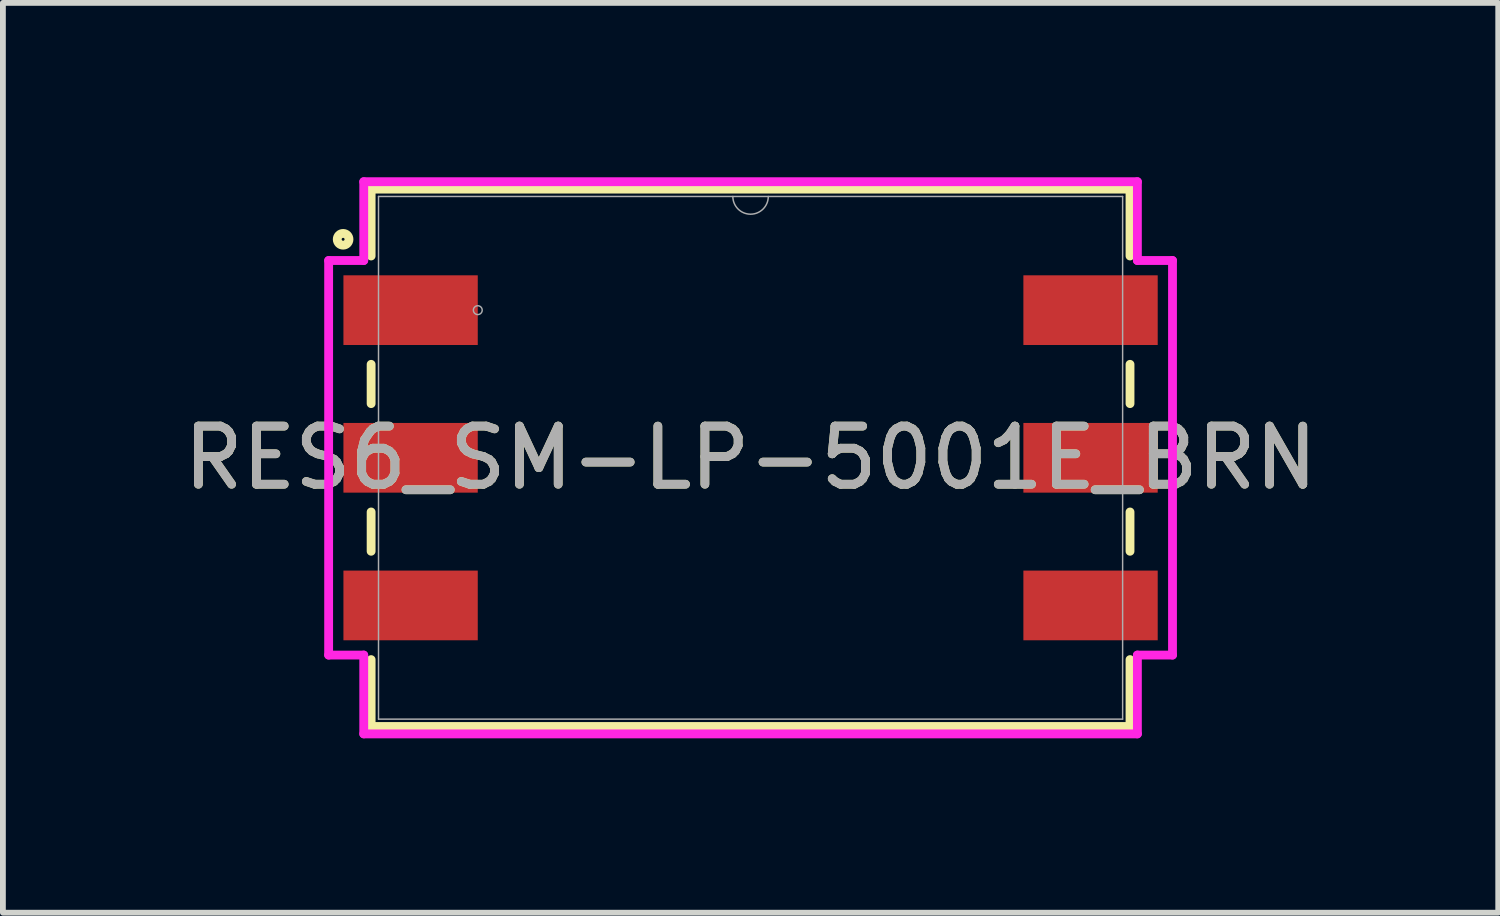
<source format=kicad_pcb>
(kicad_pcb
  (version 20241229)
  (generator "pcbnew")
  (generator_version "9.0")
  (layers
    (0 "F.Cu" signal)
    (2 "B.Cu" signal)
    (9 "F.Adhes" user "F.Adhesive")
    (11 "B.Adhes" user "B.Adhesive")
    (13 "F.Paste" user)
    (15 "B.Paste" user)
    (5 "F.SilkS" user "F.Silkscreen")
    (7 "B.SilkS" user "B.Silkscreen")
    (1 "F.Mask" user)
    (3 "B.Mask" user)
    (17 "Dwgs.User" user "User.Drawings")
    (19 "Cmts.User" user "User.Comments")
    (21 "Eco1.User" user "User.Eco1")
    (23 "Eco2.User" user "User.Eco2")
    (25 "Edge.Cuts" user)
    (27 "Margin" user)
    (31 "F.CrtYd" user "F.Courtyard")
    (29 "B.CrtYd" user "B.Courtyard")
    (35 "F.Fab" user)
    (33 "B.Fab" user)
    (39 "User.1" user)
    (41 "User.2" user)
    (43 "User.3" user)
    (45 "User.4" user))
  (footprint "RES6_SM-LP-5001E_BRN"
    (layer "F.Cu")
    (at 9.863 4.826)
    (property "Reference" "RES6_SM-LP-5001E_BRN" (at 0 0 0) (unlocked yes) (layer "F.SilkS") (effects (font (size 1 1) (thickness 0.15))))
    (attr smd)
    (fp_line (start -6.528 -4.623) (end -6.528 -3.472) (stroke (width 0.152) (type solid)) (layer "F.SilkS"))
    (fp_line (start -6.528 -1.608) (end -6.528 -0.932) (stroke (width 0.152) (type solid)) (layer "F.SilkS"))
    (fp_line (start -6.528 0.932) (end -6.528 1.608) (stroke (width 0.152) (type solid)) (layer "F.SilkS"))
    (fp_line (start -6.528 3.472) (end -6.528 4.623) (stroke (width 0.152) (type solid)) (layer "F.SilkS"))
    (fp_line (start -6.528 4.623) (end 6.528 4.623) (stroke (width 0.152) (type solid)) (layer "F.SilkS"))
    (fp_line (start 6.528 -4.623) (end -6.528 -4.623) (stroke (width 0.152) (type solid)) (layer "F.SilkS"))
    (fp_line (start 6.528 -3.472) (end 6.528 -4.623) (stroke (width 0.152) (type solid)) (layer "F.SilkS"))
    (fp_line (start 6.528 -0.932) (end 6.528 -1.608) (stroke (width 0.152) (type solid)) (layer "F.SilkS"))
    (fp_line (start 6.528 1.608) (end 6.528 0.932) (stroke (width 0.152) (type solid)) (layer "F.SilkS"))
    (fp_line (start 6.528 4.623) (end 6.528 3.472) (stroke (width 0.152) (type solid)) (layer "F.SilkS"))
    (fp_circle (center -7.01 -3.759) (end -6.909 -3.759) (stroke (width 0.152) (type solid)) (fill no) (layer "F.SilkS"))
    (fp_line (start -7.259 -3.394) (end -6.655 -3.394) (stroke (width 0.152) (type solid)) (layer "F.CrtYd"))
    (fp_line (start -7.259 3.394) (end -7.259 -3.394) (stroke (width 0.152) (type solid)) (layer "F.CrtYd"))
    (fp_line (start -7.259 3.394) (end -6.655 3.394) (stroke (width 0.152) (type solid)) (layer "F.CrtYd"))
    (fp_line (start -6.655 -4.75) (end 6.655 -4.75) (stroke (width 0.152) (type solid)) (layer "F.CrtYd"))
    (fp_line (start -6.655 -3.394) (end -6.655 -4.75) (stroke (width 0.152) (type solid)) (layer "F.CrtYd"))
    (fp_line (start -6.655 4.75) (end -6.655 3.394) (stroke (width 0.152) (type solid)) (layer "F.CrtYd"))
    (fp_line (start 6.655 -4.75) (end 6.655 -3.394) (stroke (width 0.152) (type solid)) (layer "F.CrtYd"))
    (fp_line (start 6.655 3.394) (end 6.655 4.75) (stroke (width 0.152) (type solid)) (layer "F.CrtYd"))
    (fp_line (start 6.655 4.75) (end -6.655 4.75) (stroke (width 0.152) (type solid)) (layer "F.CrtYd"))
    (fp_line (start 7.259 -3.394) (end 6.655 -3.394) (stroke (width 0.152) (type solid)) (layer "F.CrtYd"))
    (fp_line (start 7.259 -3.394) (end 7.259 3.394) (stroke (width 0.152) (type solid)) (layer "F.CrtYd"))
    (fp_line (start 7.259 3.394) (end 6.655 3.394) (stroke (width 0.152) (type solid)) (layer "F.CrtYd"))
    (fp_line (start -6.401 -4.496) (end -6.401 4.496) (stroke (width 0.025) (type solid)) (layer "F.Fab"))
    (fp_line (start -6.401 4.496) (end 6.401 4.496) (stroke (width 0.025) (type solid)) (layer "F.Fab"))
    (fp_line (start 6.401 -4.496) (end -6.401 -4.496) (stroke (width 0.025) (type solid)) (layer "F.Fab"))
    (fp_line (start 6.401 4.496) (end 6.401 -4.496) (stroke (width 0.025) (type solid)) (layer "F.Fab"))
    (fp_arc (start 0.3048 -4.4958) (mid 0 -4.191) (end -0.3048 -4.4958) (stroke (width 0.0254) (type solid)) (layer "F.Fab"))
    (fp_circle (center -4.693 -2.54) (end -4.617 -2.54) (stroke (width 0.025) (type solid)) (fill no) (layer "F.Fab"))
    (fp_text user "${REFERENCE}" (at 0 0 0) (unlocked yes) (layer "F.Fab") (effects (font (size 1 1) (thickness 0.15))))
    (pad "1" smd rect (at -5.849 -2.54) (size 2.311 1.199) (layers "F.Cu" "F.Mask" "F.Paste"))
    (pad "2" smd rect (at -5.849 0) (size 2.311 1.199) (layers "F.Cu" "F.Mask" "F.Paste"))
    (pad "3" smd rect (at -5.849 2.54) (size 2.311 1.199) (layers "F.Cu" "F.Mask" "F.Paste"))
    (pad "4" smd rect (at 5.849 2.54) (size 2.311 1.199) (layers "F.Cu" "F.Mask" "F.Paste"))
    (pad "5" smd rect (at 5.849 0) (size 2.311 1.199) (layers "F.Cu" "F.Mask" "F.Paste"))
    (pad "6" smd rect (at 5.849 -2.54) (size 2.311 1.199) (layers "F.Cu" "F.Mask" "F.Paste")))
  (gr_rect
    (start -3 -3)
    (end 22.726 12.652)
    (stroke (width 0.1) (type default))
    (fill no)
    (layer "Edge.Cuts")))
</source>
